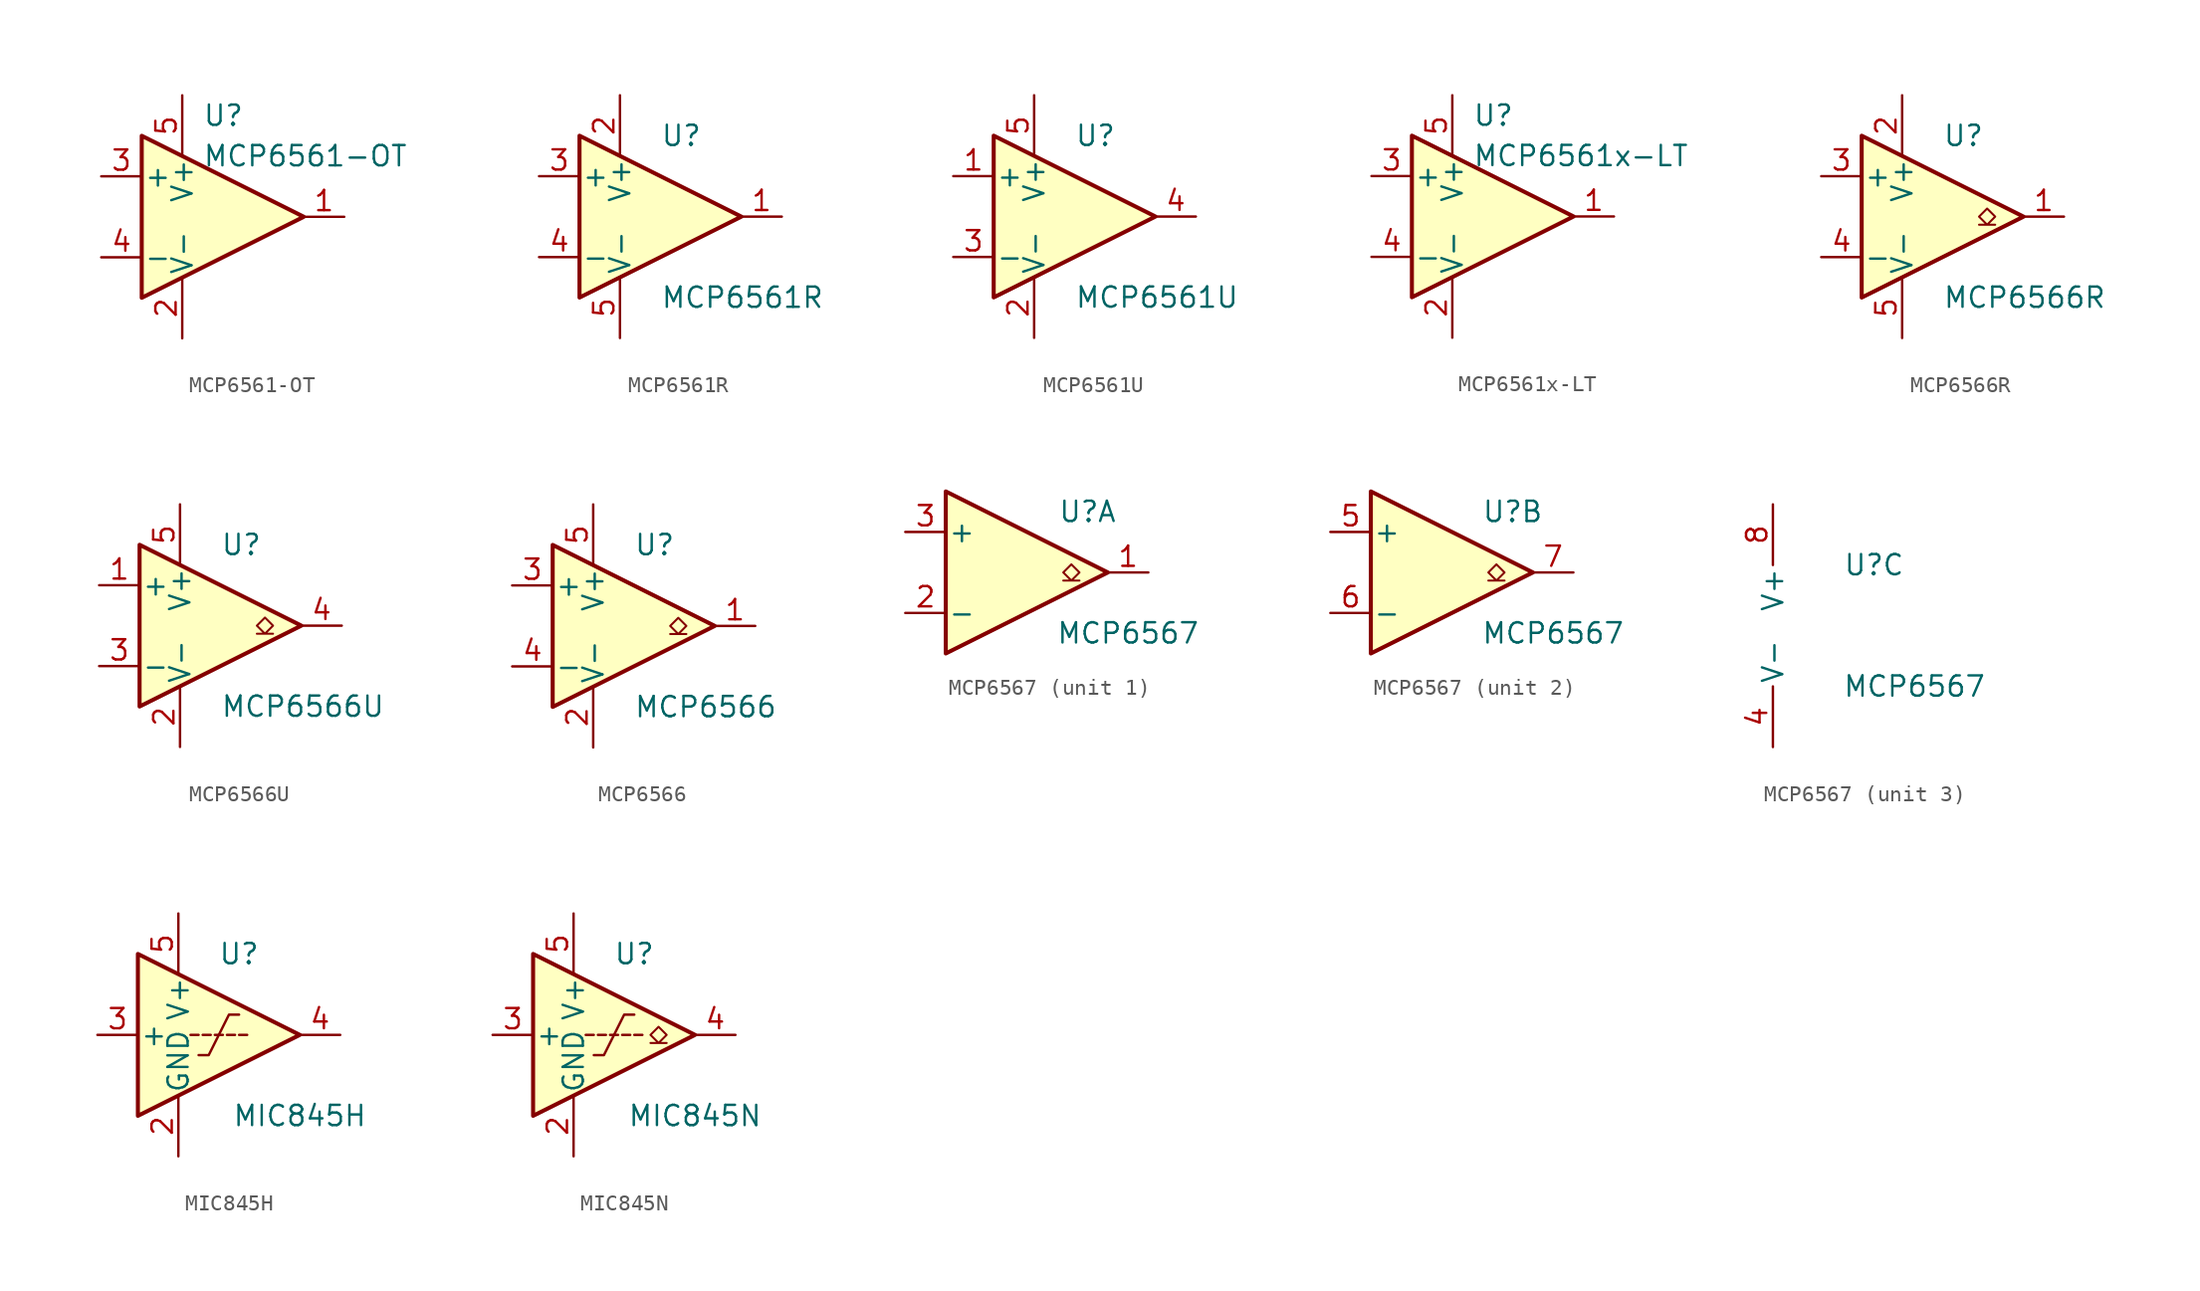
<source format=kicad_sym>
(kicad_symbol_lib
  (version 20201005)
  (generator kicad_symbol_editor)
  (symbol "MCP6561-OT"
    (pin_names
      (offset 0.127))
    (property "Reference" "U"
      (at -1.27 6.35 0)
      (effects (font (size 1.27 1.27)) (justify left)))
    (property "Value" "MCP6561-OT"
      (at -1.27 3.81 0)
      (effects (font (size 1.27 1.27)) (justify left)))
    (symbol "MCP6561-OT_0_1"
      (polyline (pts (xy -5.08 5.08) (xy 5.08 0) (xy -5.08 -5.08) (xy -5.08 5.08)) (stroke (width 0.254)) (fill (type background)))
      (pin power_in line (at -2.54 -7.62 90) (length 3.81) (name "V-" (effects (font (size 1.27 1.27)))) (number "2" (effects (font (size 1.27 1.27)))))
      (pin power_in line (at -2.54 7.62 270) (length 3.81) (name "V+" (effects (font (size 1.27 1.27)))) (number "5" (effects (font (size 1.27 1.27))))))
    (symbol "MCP6561-OT_1_1"
      (pin output line (at 7.62 0 180) (length 2.54) (name "~" (effects (font (size 1.27 1.27)))) (number "1" (effects (font (size 1.27 1.27)))))
      (pin input line (at -7.62 2.54 0) (length 2.54) (name "+" (effects (font (size 1.27 1.27)))) (number "3" (effects (font (size 1.27 1.27)))))
      (pin input line (at -7.62 -2.54 0) (length 2.54) (name "-" (effects (font (size 1.27 1.27)))) (number "4" (effects (font (size 1.27 1.27)))))))
  (symbol "MCP6561R"
    (pin_names
      (offset 0.127))
    (property "Reference" "U"
      (at 0 5.08 0)
      (effects (font (size 1.27 1.27)) (justify left)))
    (property "Value" "MCP6561R"
      (at 0 -5.08 0)
      (effects (font (size 1.27 1.27)) (justify left)))
    (symbol "MCP6561R_0_1"
      (polyline (pts (xy -5.08 5.08) (xy 5.08 0) (xy -5.08 -5.08) (xy -5.08 5.08)) (stroke (width 0.254)) (fill (type background)))
      (pin power_in line (at -2.54 7.62 270) (length 3.81) (name "V+" (effects (font (size 1.27 1.27)))) (number "2" (effects (font (size 1.27 1.27)))))
      (pin power_in line (at -2.54 -7.62 90) (length 3.81) (name "V-" (effects (font (size 1.27 1.27)))) (number "5" (effects (font (size 1.27 1.27))))))
    (symbol "MCP6561R_1_1"
      (pin output line (at 7.62 0 180) (length 2.54) (name "~" (effects (font (size 1.27 1.27)))) (number "1" (effects (font (size 1.27 1.27)))))
      (pin input line (at -7.62 2.54 0) (length 2.54) (name "+" (effects (font (size 1.27 1.27)))) (number "3" (effects (font (size 1.27 1.27)))))
      (pin input line (at -7.62 -2.54 0) (length 2.54) (name "-" (effects (font (size 1.27 1.27)))) (number "4" (effects (font (size 1.27 1.27)))))))
  (symbol "MCP6561U"
    (pin_names
      (offset 0.127))
    (property "Reference" "U"
      (at 0 5.08 0)
      (effects (font (size 1.27 1.27)) (justify left)))
    (property "Value" "MCP6561U"
      (at 0 -5.08 0)
      (effects (font (size 1.27 1.27)) (justify left)))
    (symbol "MCP6561U_0_1"
      (polyline (pts (xy -5.08 5.08) (xy 5.08 0) (xy -5.08 -5.08) (xy -5.08 5.08)) (stroke (width 0.254)) (fill (type background)))
      (pin power_in line (at -2.54 -7.62 90) (length 3.81) (name "V-" (effects (font (size 1.27 1.27)))) (number "2" (effects (font (size 1.27 1.27)))))
      (pin power_in line (at -2.54 7.62 270) (length 3.81) (name "V+" (effects (font (size 1.27 1.27)))) (number "5" (effects (font (size 1.27 1.27))))))
    (symbol "MCP6561U_1_1"
      (pin input line (at -7.62 2.54 0) (length 2.54) (name "+" (effects (font (size 1.27 1.27)))) (number "1" (effects (font (size 1.27 1.27)))))
      (pin input line (at -7.62 -2.54 0) (length 2.54) (name "-" (effects (font (size 1.27 1.27)))) (number "3" (effects (font (size 1.27 1.27)))))
      (pin output line (at 7.62 0 180) (length 2.54) (name "~" (effects (font (size 1.27 1.27)))) (number "4" (effects (font (size 1.27 1.27)))))))
  (symbol "MCP6561x-LT"
    (pin_names
      (offset 0.127))
    (property "Reference" "U"
      (at -1.27 6.35 0)
      (effects (font (size 1.27 1.27)) (justify left)))
    (property "Value" "MCP6561x-LT"
      (at -1.27 3.81 0)
      (effects (font (size 1.27 1.27)) (justify left)))
    (symbol "MCP6561x-LT_0_1"
      (polyline (pts (xy -5.08 5.08) (xy 5.08 0) (xy -5.08 -5.08) (xy -5.08 5.08)) (stroke (width 0.254)) (fill (type background)))
      (pin power_in line (at -2.54 -7.62 90) (length 3.81) (name "V-" (effects (font (size 1.27 1.27)))) (number "2" (effects (font (size 1.27 1.27)))))
      (pin power_in line (at -2.54 7.62 270) (length 3.81) (name "V+" (effects (font (size 1.27 1.27)))) (number "5" (effects (font (size 1.27 1.27))))))
    (symbol "MCP6561x-LT_1_1"
      (pin output line (at 7.62 0 180) (length 2.54) (name "~" (effects (font (size 1.27 1.27)))) (number "1" (effects (font (size 1.27 1.27)))))
      (pin input line (at -7.62 2.54 0) (length 2.54) (name "+" (effects (font (size 1.27 1.27)))) (number "3" (effects (font (size 1.27 1.27)))))
      (pin input line (at -7.62 -2.54 0) (length 2.54) (name "-" (effects (font (size 1.27 1.27)))) (number "4" (effects (font (size 1.27 1.27)))))))
  (symbol "MCP6566R"
    (pin_names
      (offset 0.127))
    (property "Reference" "U"
      (at 0 5.08 0)
      (effects (font (size 1.27 1.27)) (justify left)))
    (property "Value" "MCP6566R"
      (at 0 -5.08 0)
      (effects (font (size 1.27 1.27)) (justify left)))
    (symbol "MCP6566R_0_1"
      (polyline (pts (xy 3.302 -0.508) (xy 2.794 -0.508) (xy 3.302 0) (xy 2.794 0.508) (xy 2.286 0) (xy 2.794 -0.508) (xy 2.286 -0.508)) (stroke (width 0.127)) (fill (type none)))
      (polyline (pts (xy -5.08 5.08) (xy 5.08 0) (xy -5.08 -5.08) (xy -5.08 5.08)) (stroke (width 0.254)) (fill (type background)))
      (pin power_in line (at -2.54 7.62 270) (length 3.81) (name "V+" (effects (font (size 1.27 1.27)))) (number "2" (effects (font (size 1.27 1.27)))))
      (pin power_in line (at -2.54 -7.62 90) (length 3.81) (name "V-" (effects (font (size 1.27 1.27)))) (number "5" (effects (font (size 1.27 1.27))))))
    (symbol "MCP6566R_1_1"
      (pin open_collector line (at 7.62 0 180) (length 2.54) (name "~" (effects (font (size 1.27 1.27)))) (number "1" (effects (font (size 1.27 1.27)))))
      (pin input line (at -7.62 2.54 0) (length 2.54) (name "+" (effects (font (size 1.27 1.27)))) (number "3" (effects (font (size 1.27 1.27)))))
      (pin input line (at -7.62 -2.54 0) (length 2.54) (name "-" (effects (font (size 1.27 1.27)))) (number "4" (effects (font (size 1.27 1.27)))))))
  (symbol "MCP6566U"
    (pin_names
      (offset 0.127))
    (property "Reference" "U"
      (at 0 5.08 0)
      (effects (font (size 1.27 1.27)) (justify left)))
    (property "Value" "MCP6566U"
      (at 0 -5.08 0)
      (effects (font (size 1.27 1.27)) (justify left)))
    (symbol "MCP6566U_0_1"
      (polyline (pts (xy 3.302 -0.508) (xy 2.794 -0.508) (xy 3.302 0) (xy 2.794 0.508) (xy 2.286 0) (xy 2.794 -0.508) (xy 2.286 -0.508)) (stroke (width 0.127)) (fill (type none)))
      (polyline (pts (xy -5.08 5.08) (xy 5.08 0) (xy -5.08 -5.08) (xy -5.08 5.08)) (stroke (width 0.254)) (fill (type background)))
      (pin power_in line (at -2.54 -7.62 90) (length 3.81) (name "V-" (effects (font (size 1.27 1.27)))) (number "2" (effects (font (size 1.27 1.27)))))
      (pin power_in line (at -2.54 7.62 270) (length 3.81) (name "V+" (effects (font (size 1.27 1.27)))) (number "5" (effects (font (size 1.27 1.27))))))
    (symbol "MCP6566U_1_1"
      (pin input line (at -7.62 2.54 0) (length 2.54) (name "+" (effects (font (size 1.27 1.27)))) (number "1" (effects (font (size 1.27 1.27)))))
      (pin input line (at -7.62 -2.54 0) (length 2.54) (name "-" (effects (font (size 1.27 1.27)))) (number "3" (effects (font (size 1.27 1.27)))))
      (pin open_collector line (at 7.62 0 180) (length 2.54) (name "~" (effects (font (size 1.27 1.27)))) (number "4" (effects (font (size 1.27 1.27)))))))
  (symbol "MCP6566"
    (pin_names
      (offset 0.127))
    (property "Reference" "U"
      (at 0 5.08 0)
      (effects (font (size 1.27 1.27)) (justify left)))
    (property "Value" "MCP6566"
      (at 0 -5.08 0)
      (effects (font (size 1.27 1.27)) (justify left)))
    (symbol "MCP6566_0_1"
      (polyline (pts (xy 3.302 -0.508) (xy 2.794 -0.508) (xy 3.302 0) (xy 2.794 0.508) (xy 2.286 0) (xy 2.794 -0.508) (xy 2.286 -0.508)) (stroke (width 0.127)) (fill (type none)))
      (polyline (pts (xy -5.08 5.08) (xy 5.08 0) (xy -5.08 -5.08) (xy -5.08 5.08)) (stroke (width 0.254)) (fill (type background)))
      (pin power_in line (at -2.54 -7.62 90) (length 3.81) (name "V-" (effects (font (size 1.27 1.27)))) (number "2" (effects (font (size 1.27 1.27)))))
      (pin power_in line (at -2.54 7.62 270) (length 3.81) (name "V+" (effects (font (size 1.27 1.27)))) (number "5" (effects (font (size 1.27 1.27))))))
    (symbol "MCP6566_1_1"
      (pin open_collector line (at 7.62 0 180) (length 2.54) (name "~" (effects (font (size 1.27 1.27)))) (number "1" (effects (font (size 1.27 1.27)))))
      (pin input line (at -7.62 2.54 0) (length 2.54) (name "+" (effects (font (size 1.27 1.27)))) (number "3" (effects (font (size 1.27 1.27)))))
      (pin input line (at -7.62 -2.54 0) (length 2.54) (name "-" (effects (font (size 1.27 1.27)))) (number "4" (effects (font (size 1.27 1.27)))))))
  (symbol "MCP6567"
    (pin_names
      (offset 0.127))
    (property "Reference" "U"
      (at 3.81 3.81 0)
      (effects (font (size 1.27 1.27))))
    (property "Value" "MCP6567"
      (at 6.35 -3.81 0)
      (effects (font (size 1.27 1.27))))
    (property "ki_locked" ""
      (at 0 0 0)
      (effects (font (size 1.27 1.27))))
    (symbol "MCP6567_1_1"
      (polyline (pts (xy 3.302 -0.508) (xy 2.794 -0.508) (xy 3.302 0) (xy 2.794 0.508) (xy 2.286 0) (xy 2.794 -0.508) (xy 2.286 -0.508)) (stroke (width 0.127)) (fill (type none)))
      (polyline (pts (xy -5.08 5.08) (xy 5.08 0) (xy -5.08 -5.08) (xy -5.08 5.08)) (stroke (width 0.254)) (fill (type background)))
      (pin open_collector line (at 7.62 0 180) (length 2.54) (name "~" (effects (font (size 1.27 1.27)))) (number "1" (effects (font (size 1.27 1.27)))))
      (pin input line (at -7.62 -2.54 0) (length 2.54) (name "-" (effects (font (size 1.27 1.27)))) (number "2" (effects (font (size 1.27 1.27)))))
      (pin input line (at -7.62 2.54 0) (length 2.54) (name "+" (effects (font (size 1.27 1.27)))) (number "3" (effects (font (size 1.27 1.27))))))
    (symbol "MCP6567_2_1"
      (polyline (pts (xy 3.302 -0.508) (xy 2.794 -0.508) (xy 3.302 0) (xy 2.794 0.508) (xy 2.286 0) (xy 2.794 -0.508) (xy 2.286 -0.508)) (stroke (width 0.127)) (fill (type none)))
      (polyline (pts (xy -5.08 5.08) (xy 5.08 0) (xy -5.08 -5.08) (xy -5.08 5.08)) (stroke (width 0.254)) (fill (type background)))
      (pin input line (at -7.62 2.54 0) (length 2.54) (name "+" (effects (font (size 1.27 1.27)))) (number "5" (effects (font (size 1.27 1.27)))))
      (pin input line (at -7.62 -2.54 0) (length 2.54) (name "-" (effects (font (size 1.27 1.27)))) (number "6" (effects (font (size 1.27 1.27)))))
      (pin open_collector line (at 7.62 0 180) (length 2.54) (name "~" (effects (font (size 1.27 1.27)))) (number "7" (effects (font (size 1.27 1.27))))))
    (symbol "MCP6567_3_1"
      (pin power_in line (at -2.54 -7.62 90) (length 3.81) (name "V-" (effects (font (size 1.27 1.27)))) (number "4" (effects (font (size 1.27 1.27)))))
      (pin power_in line (at -2.54 7.62 270) (length 3.81) (name "V+" (effects (font (size 1.27 1.27)))) (number "8" (effects (font (size 1.27 1.27)))))))
  (symbol "MIC845H"
    (pin_names
      (offset 0.127))
    (property "Reference" "U"
      (at 3.81 5.08 0)
      (effects (font (size 1.27 1.27))))
    (property "Value" "MIC845H"
      (at 7.62 -5.08 0)
      (effects (font (size 1.27 1.27))))
    (symbol "MIC845H_0_1"
      (polyline (pts (xy 1.27 0) (xy 0.762 0)) (stroke (width 0)) (fill (type none)))
      (polyline (pts (xy 2.032 0) (xy 1.524 0)) (stroke (width 0)) (fill (type none)))
      (polyline (pts (xy 2.286 0) (xy 2.794 0)) (stroke (width 0)) (fill (type none)))
      (polyline (pts (xy 3.048 0) (xy 3.556 0)) (stroke (width 0)) (fill (type none)))
      (polyline (pts (xy 3.81 0) (xy 4.318 0)) (stroke (width 0)) (fill (type none)))
      (polyline (pts (xy 1.27 -1.27) (xy 1.905 -1.27) (xy 3.175 1.27) (xy 3.81 1.27)) (stroke (width 0)) (fill (type none)))
      (polyline (pts (xy -2.54 5.08) (xy 7.62 0) (xy -2.54 -5.08) (xy -2.54 5.08)) (stroke (width 0.254)) (fill (type background))))
    (symbol "MIC845H_1_1"
      (pin no_connect line (at -2.54 0 0) (length 2.54) hide (name "NIC" (effects (font (size 1.27 1.27)))) (number "1" (effects (font (size 1.27 1.27)))))
      (pin power_in line (at 0 -7.62 90) (length 3.81) (name "GND" (effects (font (size 1.27 1.27)))) (number "2" (effects (font (size 1.27 1.27)))))
      (pin input line (at -5.08 0 0) (length 2.54) (name "+" (effects (font (size 1.27 1.27)))) (number "3" (effects (font (size 1.27 1.27)))))
      (pin output line (at 10.16 0 180) (length 2.54) (name "~" (effects (font (size 1.27 1.27)))) (number "4" (effects (font (size 1.27 1.27)))))
      (pin power_in line (at 0 7.62 270) (length 3.81) (name "V+" (effects (font (size 1.27 1.27)))) (number "5" (effects (font (size 1.27 1.27)))))))
  (symbol "MIC845N"
    (pin_names
      (offset 0.127))
    (property "Reference" "U"
      (at 3.81 5.08 0)
      (effects (font (size 1.27 1.27))))
    (property "Value" "MIC845N"
      (at 7.62 -5.08 0)
      (effects (font (size 1.27 1.27))))
    (symbol "MIC845N_0_1"
      (polyline (pts (xy 1.27 0) (xy 0.762 0)) (stroke (width 0)) (fill (type none)))
      (polyline (pts (xy 2.032 0) (xy 1.524 0)) (stroke (width 0)) (fill (type none)))
      (polyline (pts (xy 2.286 0) (xy 2.794 0)) (stroke (width 0)) (fill (type none)))
      (polyline (pts (xy 3.048 0) (xy 3.556 0)) (stroke (width 0)) (fill (type none)))
      (polyline (pts (xy 3.81 0) (xy 4.318 0)) (stroke (width 0)) (fill (type none)))
      (polyline (pts (xy 1.27 -1.27) (xy 1.905 -1.27) (xy 3.175 1.27) (xy 3.81 1.27)) (stroke (width 0)) (fill (type none)))
      (polyline (pts (xy 5.842 -0.508) (xy 5.334 -0.508) (xy 5.842 0) (xy 5.334 0.508) (xy 4.826 0) (xy 5.334 -0.508) (xy 4.826 -0.508)) (stroke (width 0.127)) (fill (type none)))
      (polyline (pts (xy -2.54 5.08) (xy 7.62 0) (xy -2.54 -5.08) (xy -2.54 5.08)) (stroke (width 0.254)) (fill (type background))))
    (symbol "MIC845N_1_1"
      (pin no_connect line (at -2.54 0 0) (length 2.54) hide (name "NIC" (effects (font (size 1.27 1.27)))) (number "1" (effects (font (size 1.27 1.27)))))
      (pin power_in line (at 0 -7.62 90) (length 3.81) (name "GND" (effects (font (size 1.27 1.27)))) (number "2" (effects (font (size 1.27 1.27)))))
      (pin input line (at -5.08 0 0) (length 2.54) (name "+" (effects (font (size 1.27 1.27)))) (number "3" (effects (font (size 1.27 1.27)))))
      (pin open_collector line (at 10.16 0 180) (length 2.54) (name "~" (effects (font (size 1.27 1.27)))) (number "4" (effects (font (size 1.27 1.27)))))
      (pin power_in line (at 0 7.62 270) (length 3.81) (name "V+" (effects (font (size 1.27 1.27)))) (number "5" (effects (font (size 1.27 1.27))))))))
</source>
